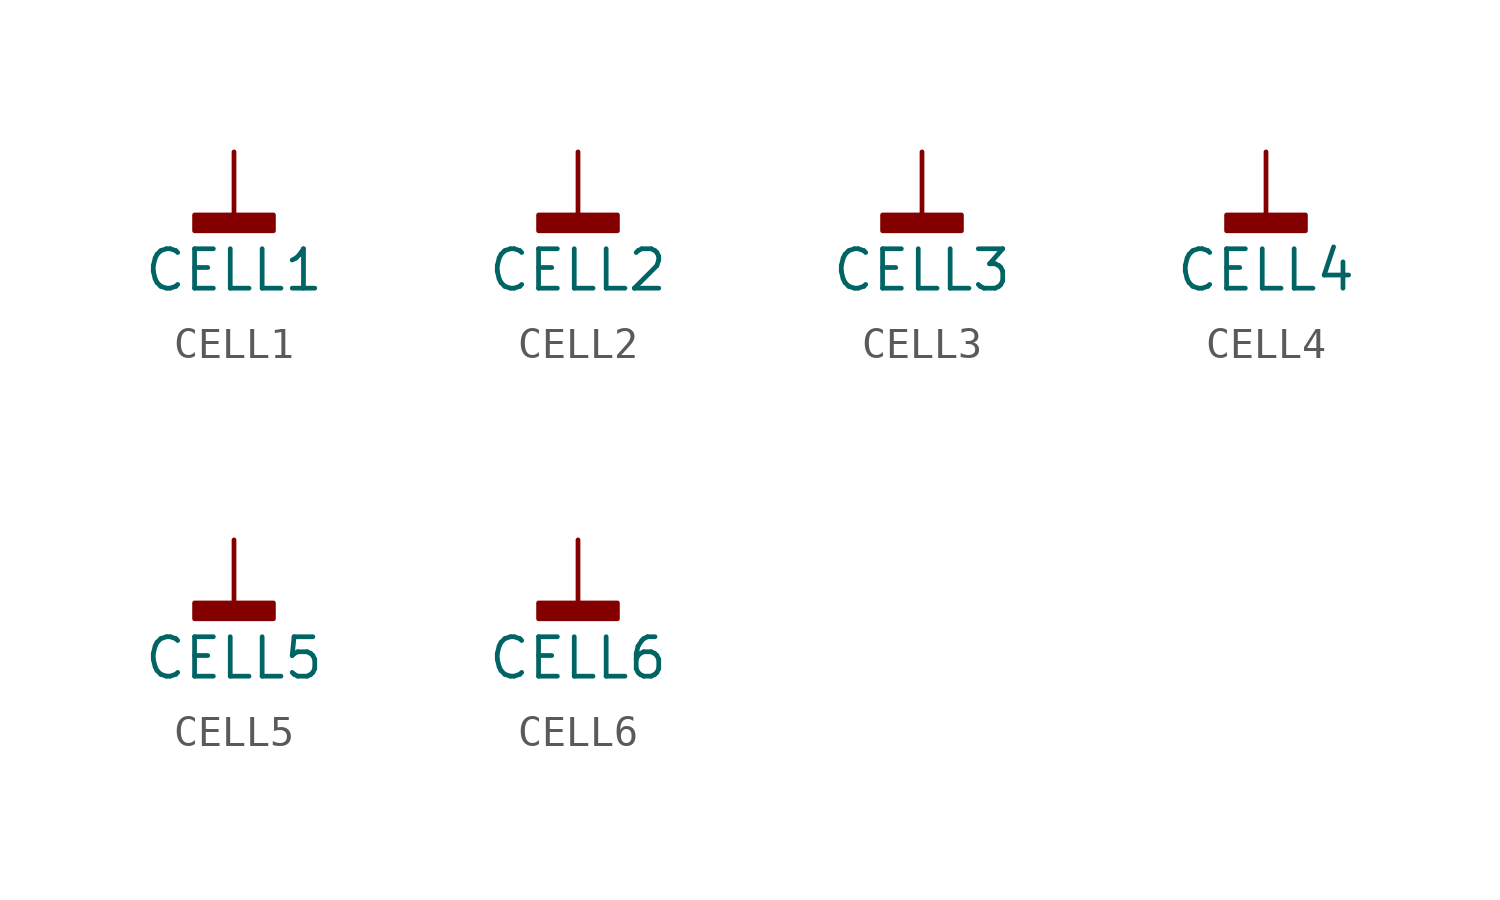
<source format=kicad_sym>
(kicad_symbol_lib
  (version 20220914)
  (generator kicad_symbol_editor)
  (symbol "CELL1"
    (power)
    (pin_names
      (offset 0))
    (property "Reference" "#PWR"
      (at 0 -6.35 0)
      (effects (font (size 1.27 1.27)) hide))
    (property "Value" "CELL1"
      (at 0 -3.81 0)
      (effects (font (size 1.27 1.27))))
    (symbol "CELL1_0_1"
      (rectangle (start -1.27 -2.032) (end 1.27 -2.54) (stroke (width 0.152) (type default)) (fill (type outline)))
      (polyline (pts (xy 0 0) (xy 0 -2.032)) (stroke (width 0.152) (type default)) (fill (type none))))
    (symbol "CELL1_1_1"
      (pin power_in line (at 0 0 270) (length 0) hide (name "CELL1" (effects (font (size 1.27 1.27)))) (number "1" (effects (font (size 1.27 1.27)))))))
  (symbol "CELL2"
    (power)
    (pin_names
      (offset 0))
    (property "Reference" "#PWR"
      (at 0 -6.35 0)
      (effects (font (size 1.27 1.27)) hide))
    (property "Value" "CELL2"
      (at 0 -3.81 0)
      (effects (font (size 1.27 1.27))))
    (symbol "CELL2_0_1"
      (rectangle (start -1.27 -2.032) (end 1.27 -2.54) (stroke (width 0.152) (type default)) (fill (type outline)))
      (polyline (pts (xy 0 0) (xy 0 -2.032)) (stroke (width 0.152) (type default)) (fill (type none))))
    (symbol "CELL2_1_1"
      (pin power_in line (at 0 0 270) (length 0) hide (name "CELL2" (effects (font (size 1.27 1.27)))) (number "1" (effects (font (size 1.27 1.27)))))))
  (symbol "CELL3"
    (power)
    (pin_names
      (offset 0))
    (property "Reference" "#PWR"
      (at 0 -6.35 0)
      (effects (font (size 1.27 1.27)) hide))
    (property "Value" "CELL3"
      (at 0 -3.81 0)
      (effects (font (size 1.27 1.27))))
    (symbol "CELL3_0_1"
      (rectangle (start -1.27 -2.032) (end 1.27 -2.54) (stroke (width 0.152) (type default)) (fill (type outline)))
      (polyline (pts (xy 0 0) (xy 0 -2.032)) (stroke (width 0.152) (type default)) (fill (type none))))
    (symbol "CELL3_1_1"
      (pin power_in line (at 0 0 270) (length 0) hide (name "CELL3" (effects (font (size 1.27 1.27)))) (number "1" (effects (font (size 1.27 1.27)))))))
  (symbol "CELL4"
    (power)
    (pin_names
      (offset 0))
    (property "Reference" "#PWR"
      (at 0 -6.35 0)
      (effects (font (size 1.27 1.27)) hide))
    (property "Value" "CELL4"
      (at 0 -3.81 0)
      (effects (font (size 1.27 1.27))))
    (symbol "CELL4_0_1"
      (rectangle (start -1.27 -2.032) (end 1.27 -2.54) (stroke (width 0.152) (type default)) (fill (type outline)))
      (polyline (pts (xy 0 0) (xy 0 -2.032)) (stroke (width 0.152) (type default)) (fill (type none))))
    (symbol "CELL4_1_1"
      (pin power_in line (at 0 0 270) (length 0) hide (name "CELL4" (effects (font (size 1.27 1.27)))) (number "1" (effects (font (size 1.27 1.27)))))))
  (symbol "CELL5"
    (power)
    (pin_names
      (offset 0))
    (property "Reference" "#PWR"
      (at 0 -6.35 0)
      (effects (font (size 1.27 1.27)) hide))
    (property "Value" "CELL5"
      (at 0 -3.81 0)
      (effects (font (size 1.27 1.27))))
    (symbol "CELL5_0_1"
      (rectangle (start -1.27 -2.032) (end 1.27 -2.54) (stroke (width 0.152) (type default)) (fill (type outline)))
      (polyline (pts (xy 0 0) (xy 0 -2.032)) (stroke (width 0.152) (type default)) (fill (type none))))
    (symbol "CELL5_1_1"
      (pin power_in line (at 0 0 270) (length 0) hide (name "CELL5" (effects (font (size 1.27 1.27)))) (number "1" (effects (font (size 1.27 1.27)))))))
  (symbol "CELL6"
    (power)
    (pin_names
      (offset 0))
    (property "Reference" "#PWR"
      (at 0 -6.35 0)
      (effects (font (size 1.27 1.27)) hide))
    (property "Value" "CELL6"
      (at 0 -3.81 0)
      (effects (font (size 1.27 1.27))))
    (symbol "CELL6_0_1"
      (rectangle (start -1.27 -2.032) (end 1.27 -2.54) (stroke (width 0.152) (type default)) (fill (type outline)))
      (polyline (pts (xy 0 0) (xy 0 -2.032)) (stroke (width 0.152) (type default)) (fill (type none))))
    (symbol "CELL6_1_1"
      (pin power_in line (at 0 0 270) (length 0) hide (name "CELL6" (effects (font (size 1.27 1.27)))) (number "1" (effects (font (size 1.27 1.27))))))))
</source>
